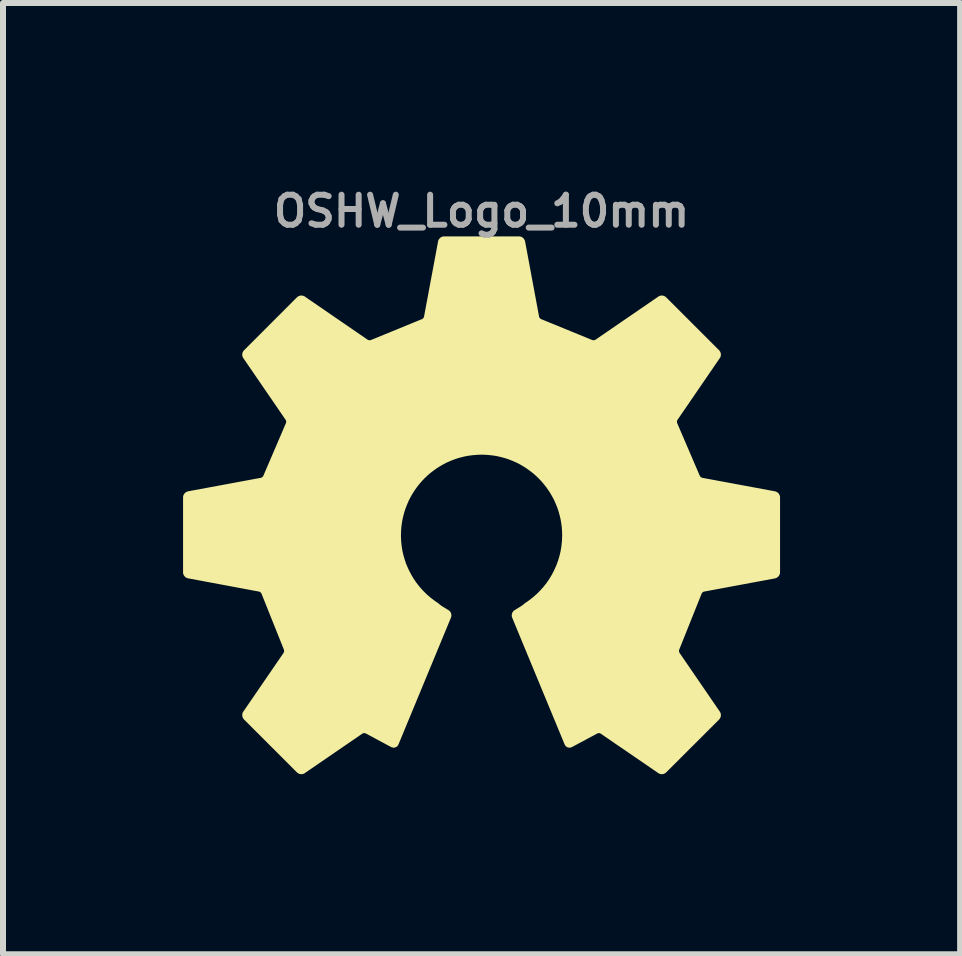
<source format=kicad_pcb>
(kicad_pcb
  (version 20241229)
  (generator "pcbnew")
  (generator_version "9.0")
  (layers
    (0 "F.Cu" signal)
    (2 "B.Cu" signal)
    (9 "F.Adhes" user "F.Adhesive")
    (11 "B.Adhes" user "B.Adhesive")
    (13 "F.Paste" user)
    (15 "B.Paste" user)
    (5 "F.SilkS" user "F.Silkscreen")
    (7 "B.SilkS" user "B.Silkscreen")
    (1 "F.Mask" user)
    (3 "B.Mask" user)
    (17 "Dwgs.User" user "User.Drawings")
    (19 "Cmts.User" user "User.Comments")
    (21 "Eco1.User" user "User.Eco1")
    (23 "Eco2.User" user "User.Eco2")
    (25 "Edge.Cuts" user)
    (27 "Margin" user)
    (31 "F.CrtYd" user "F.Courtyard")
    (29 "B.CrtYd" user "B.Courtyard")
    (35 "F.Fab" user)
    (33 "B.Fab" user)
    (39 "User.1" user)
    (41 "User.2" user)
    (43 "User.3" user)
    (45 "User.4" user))
  (footprint "OSHW_Logo_10mm"
    (layer "F.Cu")
    (at 4.973 5.868)
    (property "Reference" "OSHW_Logo_10mm" (at 0 -5.4 0) (layer "F.Fab") (effects (font (size 0.5 0.5) (thickness 0.1))))
    (attr board_only exclude_from_pos_files exclude_from_bom)
    (fp_poly (pts (xy 0.627 -4.943) (xy 0.63 -4.943) (xy 0.632 -4.942) (xy 0.635 -4.942) (xy 0.638 -4.941) (xy 0.641 -4.941) (xy 0.643 -4.94) (xy 0.646 -4.939) (xy 0.649 -4.938) (xy 0.651 -4.937) (xy 0.654 -4.935) (xy 0.656 -4.934) (xy 0.659 -4.932) (xy 0.661 -4.931) (xy 0.663 -4.929) (xy 0.665 -4.927) (xy 0.668 -4.925) (xy 0.67 -4.923) (xy 0.672 -4.921) (xy 0.674 -4.919) (xy 0.675 -4.917) (xy 0.677 -4.915) (xy 0.679 -4.913) (xy 0.68 -4.91) (xy 0.682 -4.908) (xy 0.683 -4.905) (xy 0.684 -4.903) (xy 0.685 -4.9) (xy 0.686 -4.898) (xy 0.687 -4.895) (xy 0.688 -4.892) (xy 0.689 -4.889) (xy 0.922 -3.636) (xy 0.923 -3.633) (xy 0.923 -3.63) (xy 0.925 -3.624) (xy 0.927 -3.619) (xy 0.93 -3.613) (xy 0.933 -3.608) (xy 0.936 -3.603) (xy 0.94 -3.598) (xy 0.944 -3.593) (xy 0.949 -3.588) (xy 0.953 -3.583) (xy 0.958 -3.579) (xy 0.963 -3.576) (xy 0.968 -3.572) (xy 0.973 -3.569) (xy 0.976 -3.568) (xy 0.979 -3.567) (xy 0.981 -3.566) (xy 0.984 -3.565) (xy 1.824 -3.221) (xy 1.829 -3.218) (xy 1.835 -3.216) (xy 1.841 -3.215) (xy 1.847 -3.214) (xy 1.853 -3.213) (xy 1.859 -3.213) (xy 1.866 -3.212) (xy 1.872 -3.213) (xy 1.878 -3.213) (xy 1.885 -3.214) (xy 1.891 -3.216) (xy 1.897 -3.217) (xy 1.903 -3.219) (xy 1.908 -3.222) (xy 1.914 -3.224) (xy 1.918 -3.227) (xy 2.966 -3.946) (xy 2.968 -3.948) (xy 2.971 -3.949) (xy 2.973 -3.951) (xy 2.976 -3.952) (xy 2.978 -3.953) (xy 2.981 -3.954) (xy 2.984 -3.955) (xy 2.986 -3.955) (xy 2.989 -3.956) (xy 2.992 -3.956) (xy 2.998 -3.957) (xy 3.003 -3.957) (xy 3.009 -3.957) (xy 3.015 -3.956) (xy 3.02 -3.955) (xy 3.026 -3.953) (xy 3.028 -3.952) (xy 3.031 -3.951) (xy 3.033 -3.95) (xy 3.036 -3.949) (xy 3.038 -3.947) (xy 3.041 -3.946) (xy 3.043 -3.944) (xy 3.045 -3.942) (xy 3.047 -3.94) (xy 3.049 -3.939) (xy 3.932 -3.056) (xy 3.934 -3.054) (xy 3.935 -3.052) (xy 3.937 -3.05) (xy 3.939 -3.048) (xy 3.94 -3.045) (xy 3.942 -3.043) (xy 3.944 -3.038) (xy 3.946 -3.033) (xy 3.948 -3.027) (xy 3.949 -3.021) (xy 3.95 -3.016) (xy 3.95 -3.01) (xy 3.95 -3.004) (xy 3.949 -2.999) (xy 3.948 -2.993) (xy 3.947 -2.988) (xy 3.946 -2.985) (xy 3.945 -2.982) (xy 3.944 -2.98) (xy 3.942 -2.977) (xy 3.941 -2.975) (xy 3.939 -2.973) (xy 3.233 -1.943) (xy 3.23 -1.938) (xy 3.227 -1.933) (xy 3.225 -1.928) (xy 3.223 -1.922) (xy 3.221 -1.916) (xy 3.22 -1.91) (xy 3.219 -1.903) (xy 3.219 -1.897) (xy 3.218 -1.891) (xy 3.218 -1.884) (xy 3.219 -1.878) (xy 3.22 -1.872) (xy 3.221 -1.866) (xy 3.223 -1.86) (xy 3.225 -1.855) (xy 3.227 -1.85) (xy 3.599 -0.983) (xy 3.601 -0.977) (xy 3.603 -0.972) (xy 3.607 -0.967) (xy 3.61 -0.962) (xy 3.614 -0.957) (xy 3.618 -0.952) (xy 3.623 -0.948) (xy 3.627 -0.943) (xy 3.632 -0.939) (xy 3.637 -0.935) (xy 3.643 -0.932) (xy 3.648 -0.929) (xy 3.654 -0.926) (xy 3.659 -0.924) (xy 3.665 -0.922) (xy 3.67 -0.921) (xy 4.883 -0.696) (xy 4.883 -0.696) (xy 4.885 -0.695) (xy 4.888 -0.694) (xy 4.891 -0.693) (xy 4.893 -0.692) (xy 4.896 -0.691) (xy 4.899 -0.69) (xy 4.901 -0.689) (xy 4.903 -0.687) (xy 4.908 -0.684) (xy 4.913 -0.681) (xy 4.917 -0.677) (xy 4.921 -0.672) (xy 4.924 -0.668) (xy 4.927 -0.663) (xy 4.93 -0.658) (xy 4.931 -0.655) (xy 4.932 -0.653) (xy 4.933 -0.65) (xy 4.934 -0.647) (xy 4.935 -0.645) (xy 4.935 -0.642) (xy 4.936 -0.639) (xy 4.936 -0.636) (xy 4.936 -0.634) (xy 4.936 -0.631) (xy 4.936 0.617) (xy 4.936 0.62) (xy 4.936 0.622) (xy 4.935 0.625) (xy 4.935 0.628) (xy 4.934 0.631) (xy 4.934 0.634) (xy 4.933 0.636) (xy 4.932 0.639) (xy 4.931 0.641) (xy 4.93 0.644) (xy 4.928 0.647) (xy 4.927 0.649) (xy 4.925 0.652) (xy 4.924 0.654) (xy 4.922 0.656) (xy 4.92 0.658) (xy 4.918 0.661) (xy 4.916 0.663) (xy 4.914 0.665) (xy 4.912 0.667) (xy 4.91 0.668) (xy 4.908 0.67) (xy 4.906 0.672) (xy 4.903 0.673) (xy 4.901 0.675) (xy 4.898 0.676) (xy 4.896 0.677) (xy 4.893 0.678) (xy 4.891 0.679) (xy 4.888 0.68) (xy 4.885 0.681) (xy 4.882 0.682) (xy 3.7 0.902) (xy 3.697 0.902) (xy 3.694 0.903) (xy 3.692 0.904) (xy 3.689 0.905) (xy 3.683 0.907) (xy 3.678 0.91) (xy 3.672 0.913) (xy 3.667 0.916) (xy 3.662 0.92) (xy 3.657 0.924) (xy 3.653 0.928) (xy 3.648 0.933) (xy 3.644 0.938) (xy 3.64 0.943) (xy 3.637 0.948) (xy 3.634 0.953) (xy 3.632 0.958) (xy 3.631 0.961) (xy 3.63 0.964) (xy 3.261 1.886) (xy 3.258 1.891) (xy 3.257 1.897) (xy 3.255 1.902) (xy 3.254 1.908) (xy 3.253 1.915) (xy 3.253 1.921) (xy 3.253 1.927) (xy 3.253 1.934) (xy 3.254 1.94) (xy 3.255 1.946) (xy 3.256 1.953) (xy 3.258 1.959) (xy 3.26 1.964) (xy 3.262 1.97) (xy 3.265 1.975) (xy 3.268 1.98) (xy 3.939 2.959) (xy 3.941 2.961) (xy 3.942 2.964) (xy 3.944 2.966) (xy 3.945 2.969) (xy 3.946 2.971) (xy 3.947 2.974) (xy 3.948 2.977) (xy 3.948 2.979) (xy 3.949 2.982) (xy 3.949 2.985) (xy 3.95 2.991) (xy 3.95 2.996) (xy 3.95 3.002) (xy 3.949 3.008) (xy 3.948 3.013) (xy 3.946 3.019) (xy 3.945 3.021) (xy 3.944 3.024) (xy 3.943 3.027) (xy 3.942 3.029) (xy 3.94 3.031) (xy 3.939 3.034) (xy 3.937 3.036) (xy 3.935 3.038) (xy 3.934 3.041) (xy 3.932 3.043) (xy 3.049 3.925) (xy 3.047 3.927) (xy 3.045 3.928) (xy 3.043 3.93) (xy 3.041 3.932) (xy 3.038 3.933) (xy 3.036 3.935) (xy 3.031 3.937) (xy 3.026 3.939) (xy 3.02 3.941) (xy 3.015 3.942) (xy 3.009 3.943) (xy 3.003 3.943) (xy 2.997 3.943) (xy 2.992 3.942) (xy 2.986 3.941) (xy 2.981 3.94) (xy 2.978 3.939) (xy 2.975 3.938) (xy 2.973 3.937) (xy 2.97 3.935) (xy 2.968 3.934) (xy 2.966 3.932) (xy 2.004 3.273) (xy 1.999 3.27) (xy 1.994 3.267) (xy 1.989 3.265) (xy 1.983 3.263) (xy 1.977 3.261) (xy 1.971 3.26) (xy 1.965 3.259) (xy 1.959 3.259) (xy 1.952 3.259) (xy 1.946 3.259) (xy 1.94 3.26) (xy 1.934 3.261) (xy 1.928 3.263) (xy 1.922 3.264) (xy 1.917 3.267) (xy 1.912 3.269) (xy 1.488 3.496) (xy 1.485 3.497) (xy 1.483 3.498) (xy 1.48 3.499) (xy 1.478 3.5) (xy 1.475 3.5) (xy 1.473 3.501) (xy 1.47 3.501) (xy 1.467 3.501) (xy 1.465 3.501) (xy 1.462 3.501) (xy 1.46 3.501) (xy 1.457 3.501) (xy 1.455 3.501) (xy 1.452 3.5) (xy 1.45 3.499) (xy 1.447 3.498) (xy 1.445 3.498) (xy 1.443 3.496) (xy 1.441 3.495) (xy 1.438 3.494) (xy 1.436 3.493) (xy 1.434 3.491) (xy 1.432 3.489) (xy 1.43 3.488) (xy 1.428 3.486) (xy 1.427 3.484) (xy 1.425 3.482) (xy 1.424 3.48) (xy 1.422 3.477) (xy 1.421 3.475) (xy 1.419 3.473) (xy 1.418 3.47) (xy 0.544 1.358) (xy 0.543 1.355) (xy 0.542 1.352) (xy 0.542 1.35) (xy 0.541 1.347) (xy 0.54 1.344) (xy 0.54 1.341) (xy 0.54 1.339) (xy 0.54 1.336) (xy 0.54 1.333) (xy 0.54 1.33) (xy 0.54 1.327) (xy 0.541 1.325) (xy 0.541 1.322) (xy 0.542 1.319) (xy 0.542 1.316) (xy 0.543 1.314) (xy 0.544 1.311) (xy 0.545 1.308) (xy 0.546 1.306) (xy 0.547 1.303) (xy 0.549 1.301) (xy 0.55 1.298) (xy 0.552 1.296) (xy 0.553 1.294) (xy 0.555 1.292) (xy 0.557 1.289) (xy 0.559 1.287) (xy 0.561 1.285) (xy 0.563 1.284) (xy 0.565 1.282) (xy 0.567 1.28) (xy 0.57 1.279) (xy 0.676 1.214) (xy 0.684 1.209) (xy 0.692 1.203) (xy 0.7 1.197) (xy 0.709 1.191) (xy 0.718 1.184) (xy 0.726 1.177) (xy 0.735 1.169) (xy 0.743 1.162) (xy 0.813 1.114) (xy 0.88 1.062) (xy 0.944 1.006) (xy 1.004 0.946) (xy 1.06 0.883) (xy 1.113 0.816) (xy 1.161 0.746) (xy 1.205 0.672) (xy 1.244 0.596) (xy 1.279 0.518) (xy 1.309 0.437) (xy 1.334 0.353) (xy 1.354 0.268) (xy 1.368 0.18) (xy 1.377 0.091) (xy 1.38 0.000145) (xy 1.378 -0.071) (xy 1.373 -0.141) (xy 1.364 -0.21) (xy 1.352 -0.278) (xy 1.336 -0.345) (xy 1.318 -0.41) (xy 1.296 -0.474) (xy 1.271 -0.537) (xy 1.244 -0.598) (xy 1.213 -0.658) (xy 1.18 -0.715) (xy 1.144 -0.771) (xy 1.106 -0.825) (xy 1.065 -0.877) (xy 1.021 -0.928) (xy 0.976 -0.975) (xy 0.928 -1.021) (xy 0.878 -1.065) (xy 0.825 -1.105) (xy 0.771 -1.144) (xy 0.715 -1.18) (xy 0.658 -1.213) (xy 0.598 -1.244) (xy 0.537 -1.271) (xy 0.474 -1.296) (xy 0.41 -1.318) (xy 0.345 -1.336) (xy 0.278 -1.352) (xy 0.21 -1.364) (xy 0.141 -1.372) (xy 0.071 -1.378) (xy 0.000002 -1.38) (xy -0.071 -1.378) (xy -0.141 -1.372) (xy -0.21 -1.364) (xy -0.278 -1.352) (xy -0.345 -1.336) (xy -0.41 -1.318) (xy -0.474 -1.296) (xy -0.537 -1.271) (xy -0.598 -1.244) (xy -0.658 -1.213) (xy -0.715 -1.18) (xy -0.771 -1.144) (xy -0.825 -1.105) (xy -0.878 -1.065) (xy -0.928 -1.021) (xy -0.976 -0.975) (xy -1.021 -0.928) (xy -1.065 -0.877) (xy -1.106 -0.825) (xy -1.144 -0.771) (xy -1.18 -0.715) (xy -1.213 -0.658) (xy -1.244 -0.598) (xy -1.271 -0.537) (xy -1.296 -0.474) (xy -1.318 -0.41) (xy -1.336 -0.345) (xy -1.352 -0.278) (xy -1.364 -0.21) (xy -1.373 -0.141) (xy -1.378 -0.071) (xy -1.38 0.000145) (xy -1.379 0.046) (xy -1.377 0.091) (xy -1.373 0.136) (xy -1.368 0.18) (xy -1.362 0.224) (xy -1.354 0.268) (xy -1.345 0.311) (xy -1.334 0.353) (xy -1.322 0.395) (xy -1.309 0.437) (xy -1.295 0.478) (xy -1.279 0.518) (xy -1.262 0.557) (xy -1.244 0.596) (xy -1.205 0.672) (xy -1.161 0.746) (xy -1.113 0.816) (xy -1.06 0.883) (xy -1.004 0.946) (xy -0.944 1.006) (xy -0.88 1.062) (xy -0.813 1.114) (xy -0.743 1.162) (xy -0.735 1.169) (xy -0.726 1.177) (xy -0.718 1.184) (xy -0.709 1.191) (xy -0.7 1.197) (xy -0.692 1.203) (xy -0.684 1.209) (xy -0.676 1.214) (xy -0.57 1.279) (xy -0.567 1.28) (xy -0.565 1.282) (xy -0.563 1.284) (xy -0.561 1.285) (xy -0.559 1.287) (xy -0.557 1.289) (xy -0.553 1.294) (xy -0.55 1.298) (xy -0.547 1.303) (xy -0.545 1.308) (xy -0.543 1.314) (xy -0.541 1.319) (xy -0.54 1.325) (xy -0.54 1.33) (xy -0.54 1.336) (xy -0.54 1.341) (xy -0.54 1.344) (xy -0.541 1.347) (xy -0.541 1.35) (xy -0.542 1.352) (xy -0.543 1.355) (xy -0.544 1.358) (xy -1.418 3.47) (xy -1.419 3.473) (xy -1.421 3.475) (xy -1.422 3.477) (xy -1.424 3.48) (xy -1.425 3.482) (xy -1.427 3.484) (xy -1.428 3.486) (xy -1.43 3.488) (xy -1.432 3.489) (xy -1.434 3.491) (xy -1.436 3.493) (xy -1.438 3.494) (xy -1.441 3.495) (xy -1.443 3.496) (xy -1.445 3.497) (xy -1.447 3.498) (xy -1.45 3.499) (xy -1.452 3.5) (xy -1.455 3.5) (xy -1.457 3.501) (xy -1.46 3.501) (xy -1.462 3.501) (xy -1.465 3.501) (xy -1.467 3.501) (xy -1.47 3.501) (xy -1.473 3.501) (xy -1.475 3.5) (xy -1.478 3.5) (xy -1.48 3.499) (xy -1.483 3.498) (xy -1.485 3.497) (xy -1.488 3.496) (xy -1.912 3.269) (xy -1.917 3.267) (xy -1.922 3.264) (xy -1.928 3.263) (xy -1.934 3.261) (xy -1.94 3.26) (xy -1.946 3.259) (xy -1.952 3.259) (xy -1.959 3.259) (xy -1.965 3.259) (xy -1.971 3.26) (xy -1.977 3.261) (xy -1.983 3.263) (xy -1.989 3.265) (xy -1.994 3.267) (xy -1.999 3.269) (xy -2.004 3.272) (xy -2.966 3.932) (xy -2.968 3.934) (xy -2.97 3.935) (xy -2.973 3.937) (xy -2.975 3.938) (xy -2.978 3.939) (xy -2.981 3.94) (xy -2.983 3.941) (xy -2.986 3.941) (xy -2.989 3.942) (xy -2.992 3.942) (xy -2.997 3.943) (xy -3.003 3.943) (xy -3.009 3.943) (xy -3.014 3.942) (xy -3.02 3.941) (xy -3.025 3.939) (xy -3.028 3.938) (xy -3.031 3.937) (xy -3.033 3.936) (xy -3.036 3.935) (xy -3.038 3.933) (xy -3.041 3.932) (xy -3.043 3.93) (xy -3.045 3.928) (xy -3.047 3.927) (xy -3.049 3.925) (xy -3.932 3.042) (xy -3.934 3.04) (xy -3.935 3.038) (xy -3.937 3.036) (xy -3.939 3.034) (xy -3.94 3.031) (xy -3.942 3.029) (xy -3.944 3.024) (xy -3.946 3.019) (xy -3.948 3.013) (xy -3.949 3.008) (xy -3.95 3.002) (xy -3.95 2.996) (xy -3.95 2.99) (xy -3.949 2.985) (xy -3.948 2.979) (xy -3.947 2.974) (xy -3.946 2.971) (xy -3.945 2.968) (xy -3.944 2.966) (xy -3.942 2.963) (xy -3.941 2.961) (xy -3.939 2.959) (xy -3.268 1.98) (xy -3.265 1.975) (xy -3.262 1.97) (xy -3.26 1.964) (xy -3.258 1.959) (xy -3.256 1.953) (xy -3.255 1.946) (xy -3.254 1.94) (xy -3.253 1.934) (xy -3.253 1.927) (xy -3.253 1.921) (xy -3.253 1.915) (xy -3.254 1.908) (xy -3.255 1.902) (xy -3.257 1.897) (xy -3.258 1.891) (xy -3.261 1.886) (xy -3.63 0.964) (xy -3.631 0.961) (xy -3.632 0.958) (xy -3.634 0.953) (xy -3.637 0.948) (xy -3.64 0.943) (xy -3.644 0.938) (xy -3.648 0.933) (xy -3.653 0.928) (xy -3.657 0.924) (xy -3.662 0.92) (xy -3.667 0.916) (xy -3.672 0.913) (xy -3.678 0.909) (xy -3.683 0.907) (xy -3.689 0.905) (xy -3.694 0.903) (xy -3.697 0.902) (xy -3.7 0.902) (xy -4.882 0.681) (xy -4.885 0.681) (xy -4.888 0.68) (xy -4.891 0.679) (xy -4.893 0.678) (xy -4.896 0.677) (xy -4.898 0.676) (xy -4.901 0.675) (xy -4.903 0.673) (xy -4.906 0.672) (xy -4.908 0.67) (xy -4.912 0.667) (xy -4.917 0.663) (xy -4.92 0.658) (xy -4.924 0.654) (xy -4.927 0.649) (xy -4.93 0.644) (xy -4.932 0.639) (xy -4.933 0.636) (xy -4.934 0.633) (xy -4.934 0.631) (xy -4.935 0.628) (xy -4.936 0.625) (xy -4.936 0.622) (xy -4.936 0.62) (xy -4.936 0.617) (xy -4.936 -0.631) (xy -4.936 -0.634) (xy -4.936 -0.636) (xy -4.936 -0.639) (xy -4.935 -0.642) (xy -4.935 -0.645) (xy -4.934 -0.647) (xy -4.933 -0.65) (xy -4.932 -0.653) (xy -4.931 -0.655) (xy -4.93 -0.658) (xy -4.928 -0.661) (xy -4.927 -0.663) (xy -4.926 -0.665) (xy -4.924 -0.668) (xy -4.922 -0.67) (xy -4.921 -0.672) (xy -4.919 -0.675) (xy -4.917 -0.677) (xy -4.915 -0.679) (xy -4.913 -0.681) (xy -4.91 -0.682) (xy -4.908 -0.684) (xy -4.906 -0.686) (xy -4.903 -0.687) (xy -4.901 -0.689) (xy -4.898 -0.69) (xy -4.896 -0.691) (xy -4.893 -0.692) (xy -4.891 -0.693) (xy -4.888 -0.694) (xy -4.885 -0.695) (xy -4.883 -0.696) (xy -3.67 -0.921) (xy -3.668 -0.922) (xy -3.665 -0.922) (xy -3.659 -0.924) (xy -3.654 -0.926) (xy -3.648 -0.929) (xy -3.643 -0.932) (xy -3.637 -0.935) (xy -3.632 -0.939) (xy -3.627 -0.943) (xy -3.622 -0.948) (xy -3.618 -0.952) (xy -3.614 -0.957) (xy -3.61 -0.962) (xy -3.606 -0.967) (xy -3.603 -0.972) (xy -3.601 -0.977) (xy -3.6 -0.98) (xy -3.599 -0.983) (xy -3.227 -1.85) (xy -3.225 -1.855) (xy -3.223 -1.86) (xy -3.221 -1.866) (xy -3.22 -1.872) (xy -3.219 -1.878) (xy -3.218 -1.884) (xy -3.218 -1.891) (xy -3.218 -1.897) (xy -3.219 -1.903) (xy -3.22 -1.91) (xy -3.221 -1.916) (xy -3.223 -1.922) (xy -3.225 -1.928) (xy -3.227 -1.933) (xy -3.23 -1.938) (xy -3.233 -1.943) (xy -3.939 -2.973) (xy -3.941 -2.975) (xy -3.942 -2.977) (xy -3.943 -2.98) (xy -3.945 -2.982) (xy -3.946 -2.985) (xy -3.947 -2.988) (xy -3.947 -2.99) (xy -3.948 -2.993) (xy -3.949 -2.996) (xy -3.949 -2.999) (xy -3.95 -3.004) (xy -3.95 -3.01) (xy -3.95 -3.016) (xy -3.949 -3.021) (xy -3.948 -3.027) (xy -3.946 -3.033) (xy -3.945 -3.035) (xy -3.944 -3.038) (xy -3.943 -3.04) (xy -3.942 -3.043) (xy -3.94 -3.045) (xy -3.939 -3.048) (xy -3.937 -3.05) (xy -3.935 -3.052) (xy -3.933 -3.054) (xy -3.931 -3.056) (xy -3.049 -3.939) (xy -3.047 -3.94) (xy -3.045 -3.942) (xy -3.043 -3.944) (xy -3.041 -3.946) (xy -3.038 -3.947) (xy -3.036 -3.949) (xy -3.031 -3.951) (xy -3.025 -3.953) (xy -3.02 -3.955) (xy -3.014 -3.956) (xy -3.009 -3.957) (xy -3.003 -3.957) (xy -2.997 -3.957) (xy -2.992 -3.956) (xy -2.986 -3.955) (xy -2.981 -3.954) (xy -2.978 -3.953) (xy -2.975 -3.952) (xy -2.973 -3.951) (xy -2.97 -3.949) (xy -2.968 -3.948) (xy -2.965 -3.946) (xy -1.918 -3.227) (xy -1.913 -3.224) (xy -1.908 -3.222) (xy -1.903 -3.219) (xy -1.897 -3.217) (xy -1.891 -3.216) (xy -1.885 -3.214) (xy -1.878 -3.213) (xy -1.872 -3.213) (xy -1.865 -3.212) (xy -1.859 -3.213) (xy -1.853 -3.213) (xy -1.847 -3.214) (xy -1.841 -3.215) (xy -1.835 -3.216) (xy -1.829 -3.218) (xy -1.824 -3.221) (xy -0.984 -3.565) (xy -0.978 -3.567) (xy -0.973 -3.569) (xy -0.968 -3.572) (xy -0.963 -3.576) (xy -0.958 -3.579) (xy -0.953 -3.583) (xy -0.948 -3.588) (xy -0.944 -3.593) (xy -0.94 -3.598) (xy -0.936 -3.603) (xy -0.933 -3.608) (xy -0.93 -3.613) (xy -0.927 -3.619) (xy -0.925 -3.624) (xy -0.923 -3.63) (xy -0.922 -3.636) (xy -0.688 -4.889) (xy -0.688 -4.892) (xy -0.687 -4.895) (xy -0.686 -4.898) (xy -0.685 -4.9) (xy -0.684 -4.903) (xy -0.683 -4.905) (xy -0.682 -4.908) (xy -0.68 -4.91) (xy -0.679 -4.913) (xy -0.677 -4.915) (xy -0.673 -4.919) (xy -0.669 -4.923) (xy -0.665 -4.927) (xy -0.661 -4.931) (xy -0.656 -4.934) (xy -0.651 -4.937) (xy -0.648 -4.938) (xy -0.646 -4.939) (xy -0.643 -4.94) (xy -0.64 -4.941) (xy -0.638 -4.941) (xy -0.635 -4.942) (xy -0.632 -4.942) (xy -0.629 -4.943) (xy -0.627 -4.943) (xy -0.624 -4.943) (xy 0.624 -4.943)) (stroke (width 0.074) (type solid)) (fill yes) (layer "F.SilkS")))
  (gr_rect
    (start -3 -3)
    (end 12.946 12.848)
    (stroke (width 0.1) (type default))
    (fill no)
    (layer "Edge.Cuts")))
</source>
